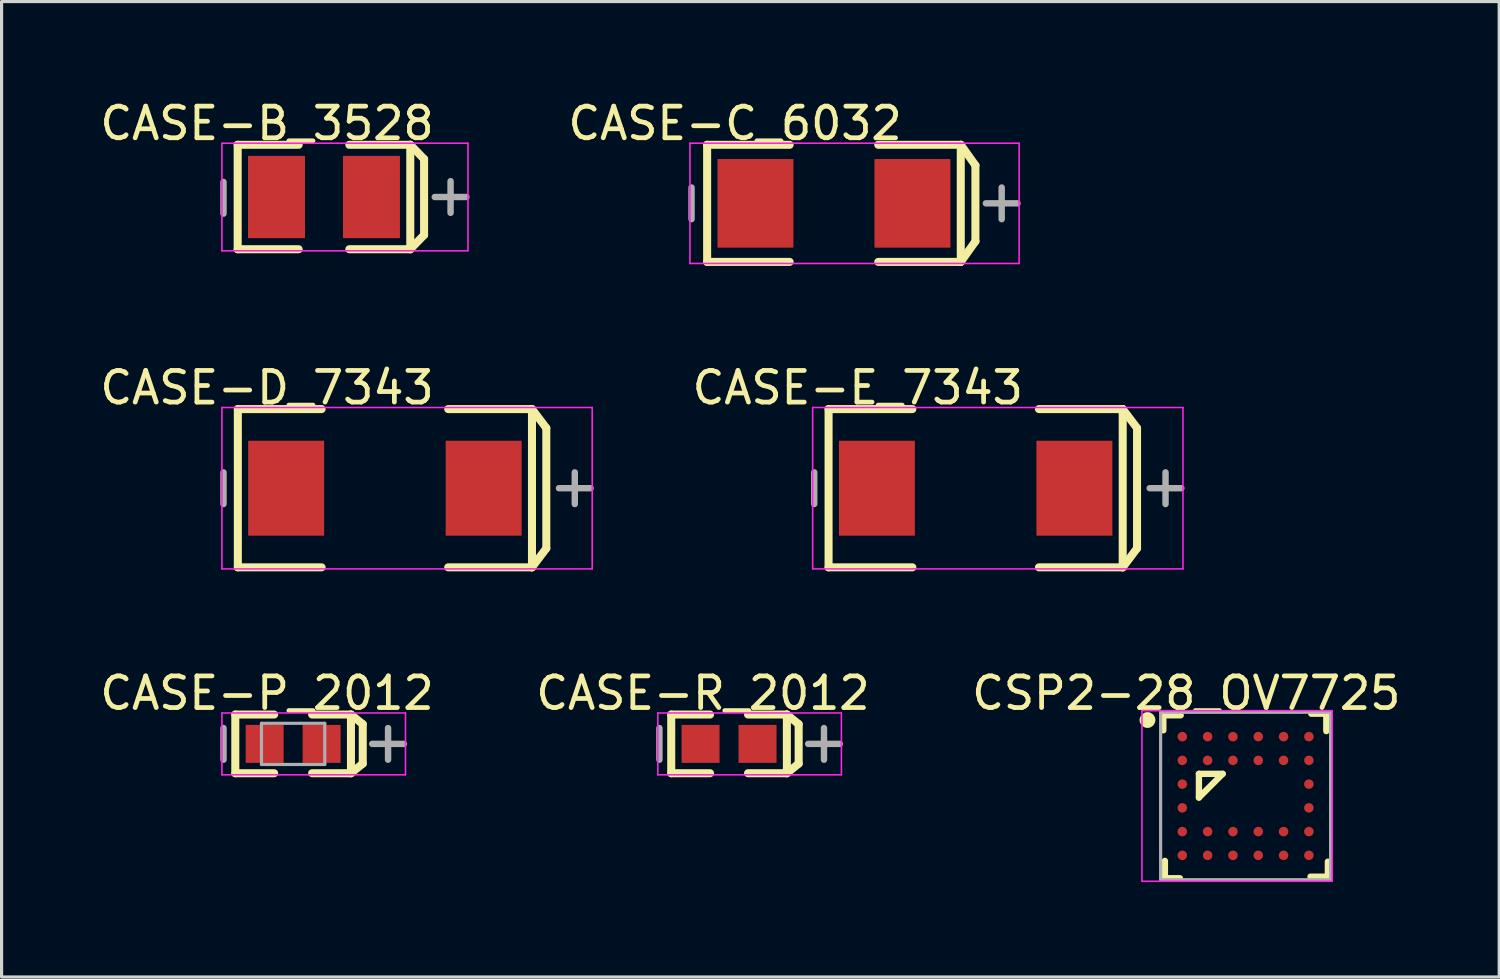
<source format=kicad_pcb>
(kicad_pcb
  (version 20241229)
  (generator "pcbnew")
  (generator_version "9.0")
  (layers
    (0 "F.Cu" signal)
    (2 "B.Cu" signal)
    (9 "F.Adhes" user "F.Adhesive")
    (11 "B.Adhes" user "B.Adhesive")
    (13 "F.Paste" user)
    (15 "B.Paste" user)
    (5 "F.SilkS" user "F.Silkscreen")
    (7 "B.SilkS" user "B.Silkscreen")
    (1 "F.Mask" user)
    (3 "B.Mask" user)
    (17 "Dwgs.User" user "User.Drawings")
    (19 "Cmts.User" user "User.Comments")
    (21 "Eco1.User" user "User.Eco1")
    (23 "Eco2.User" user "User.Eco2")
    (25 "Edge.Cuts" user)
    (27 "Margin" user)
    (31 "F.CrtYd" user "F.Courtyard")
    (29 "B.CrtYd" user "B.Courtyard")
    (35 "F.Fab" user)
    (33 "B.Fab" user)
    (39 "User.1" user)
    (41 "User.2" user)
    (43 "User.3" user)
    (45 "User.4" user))
  (footprint "CASE-R_2012"
    (layer "F.Cu")
    (at 19.986 20.455)
    (property "Reference" "CASE-R_2012" (at -0.825 -1.603 0) (layer "F.SilkS") (effects (font (size 1 1) (thickness 0.15))))
    (attr through_hole)
    (fp_line (start -1.827 -0.927) (end -0.6 -0.927) (stroke (width 0.254) (type solid)) (layer "F.SilkS"))
    (fp_line (start -1.827 0.927) (end -1.827 -0.927) (stroke (width 0.254) (type solid)) (layer "F.SilkS"))
    (fp_line (start -1.827 0.927) (end -0.6 0.927) (stroke (width 0.254) (type solid)) (layer "F.SilkS"))
    (fp_line (start 0.6 -0.927) (end 1.827 -0.927) (stroke (width 0.254) (type solid)) (layer "F.SilkS"))
    (fp_line (start 0.6 0.927) (end 1.827 0.927) (stroke (width 0.254) (type solid)) (layer "F.SilkS"))
    (fp_line (start 1.827 -0.927) (end 2.2 -0.623) (stroke (width 0.254) (type solid)) (layer "F.SilkS"))
    (fp_line (start 1.827 0.927) (end 1.827 -0.927) (stroke (width 0.254) (type solid)) (layer "F.SilkS"))
    (fp_line (start 1.827 0.927) (end 2.2 0.623) (stroke (width 0.254) (type solid)) (layer "F.SilkS"))
    (fp_line (start 2.2 0.623) (end 2.2 -0.623) (stroke (width 0.254) (type solid)) (layer "F.SilkS"))
    (fp_line (start -2.25 -0.977) (end 3.55 -0.977) (stroke (width 0.05) (type solid)) (layer "F.CrtYd"))
    (fp_line (start -2.25 0.977) (end -2.25 -0.977) (stroke (width 0.05) (type solid)) (layer "F.CrtYd"))
    (fp_line (start 3.55 -0.977) (end 3.55 0.977) (stroke (width 0.05) (type solid)) (layer "F.CrtYd"))
    (fp_line (start 3.55 0.977) (end -2.25 0.977) (stroke (width 0.05) (type solid)) (layer "F.CrtYd"))
    (fp_line (start -2.2 0.5) (end -2.2 -0.5) (stroke (width 0.203) (type solid)) (layer "F.Fab"))
    (fp_line (start 2.5 0) (end 3.5 0) (stroke (width 0.203) (type solid)) (layer "F.Fab"))
    (fp_line (start 3 0.5) (end 3 -0.5) (stroke (width 0.203) (type solid)) (layer "F.Fab"))
    (pad "1" smd rect (at 0.9 0 180) (size 1.2 1.2) (layers "F.Cu" "F.Mask" "F.Paste"))
    (pad "2" smd rect (at -0.9 0 180) (size 1.2 1.2) (layers "F.Cu" "F.Mask" "F.Paste")))
  (footprint "CSP2-28_OV7725"
    (layer "F.Cu")
    (at 36.308 22.101)
    (property "Reference" "CSP2-28_OV7725" (at -1.874 -3.249 0) (layer "F.SilkS") (effects (font (size 1 1) (thickness 0.15))))
    (attr through_hole)
    (fp_line (start -2.6 -2.55) (end -2.05 -2.55) (stroke (width 0.2) (type solid)) (layer "F.SilkS"))
    (fp_line (start -2.6 -2.075) (end -2.6 -2.55) (stroke (width 0.2) (type solid)) (layer "F.SilkS"))
    (fp_line (start -2.55 2.6) (end -2.55 2.05) (stroke (width 0.2) (type solid)) (layer "F.SilkS"))
    (fp_line (start -2.55 2.6) (end -2.075 2.6) (stroke (width 0.2) (type solid)) (layer "F.SilkS"))
    (fp_line (start -1.475 -0.7) (end -0.725 -0.7) (stroke (width 0.2) (type solid)) (layer "F.SilkS"))
    (fp_line (start -1.475 0.05) (end -1.475 -0.7) (stroke (width 0.2) (type solid)) (layer "F.SilkS"))
    (fp_line (start -1.475 0.05) (end -0.725 -0.7) (stroke (width 0.2) (type solid)) (layer "F.SilkS"))
    (fp_line (start 2.05 2.55) (end 2.6 2.55) (stroke (width 0.2) (type solid)) (layer "F.SilkS"))
    (fp_line (start 2.075 -2.6) (end 2.55 -2.6) (stroke (width 0.2) (type solid)) (layer "F.SilkS"))
    (fp_line (start 2.55 -2.05) (end 2.55 -2.6) (stroke (width 0.2) (type solid)) (layer "F.SilkS"))
    (fp_line (start 2.6 2.55) (end 2.6 2.075) (stroke (width 0.2) (type solid)) (layer "F.SilkS"))
    (fp_circle (center -3.1 -2.4) (end -2.975 -2.4) (stroke (width 0.25) (type solid)) (fill no) (layer "F.SilkS"))
    (fp_line (start -3.275 -2.695) (end 2.735 -2.695) (stroke (width 0.05) (type solid)) (layer "F.CrtYd"))
    (fp_line (start -3.275 2.695) (end -3.275 -2.695) (stroke (width 0.05) (type solid)) (layer "F.CrtYd"))
    (fp_line (start 2.735 -2.695) (end 2.735 2.695) (stroke (width 0.05) (type solid)) (layer "F.CrtYd"))
    (fp_line (start 2.735 2.695) (end -3.275 2.695) (stroke (width 0.05) (type solid)) (layer "F.CrtYd"))
    (fp_line (start -2.685 -2.645) (end 2.685 -2.645) (stroke (width 0.1) (type solid)) (layer "F.Fab"))
    (fp_line (start -2.685 2.645) (end -2.685 -2.645) (stroke (width 0.1) (type solid)) (layer "F.Fab"))
    (fp_line (start -2.685 2.645) (end 2.685 2.645) (stroke (width 0.1) (type solid)) (layer "F.Fab"))
    (fp_line (start 2.685 2.645) (end 2.685 -2.645) (stroke (width 0.1) (type solid)) (layer "F.Fab"))
    (pad "A1" smd oval (at -2 -1.875 90) (size 0.3 0.3) (layers "F.Cu" "F.Mask" "F.Paste"))
    (pad "A2" smd oval (at -1.2 -1.875 90) (size 0.3 0.3) (layers "F.Cu" "F.Mask" "F.Paste"))
    (pad "A3" smd oval (at -0.4 -1.875 90) (size 0.3 0.3) (layers "F.Cu" "F.Mask" "F.Paste"))
    (pad "A4" smd oval (at 0.4 -1.875 90) (size 0.3 0.3) (layers "F.Cu" "F.Mask" "F.Paste"))
    (pad "A5" smd oval (at 1.2 -1.875 90) (size 0.3 0.3) (layers "F.Cu" "F.Mask" "F.Paste"))
    (pad "A6" smd oval (at 2 -1.875 90) (size 0.3 0.3) (layers "F.Cu" "F.Mask" "F.Paste"))
    (pad "B1" smd oval (at -2 -1.125 90) (size 0.3 0.3) (layers "F.Cu" "F.Mask" "F.Paste"))
    (pad "B2" smd oval (at -1.2 -1.125 90) (size 0.3 0.3) (layers "F.Cu" "F.Mask" "F.Paste"))
    (pad "B3" smd oval (at -0.4 -1.125 90) (size 0.3 0.3) (layers "F.Cu" "F.Mask" "F.Paste"))
    (pad "B4" smd oval (at 0.4 -1.125 90) (size 0.3 0.3) (layers "F.Cu" "F.Mask" "F.Paste"))
    (pad "B5" smd oval (at 1.2 -1.125 90) (size 0.3 0.3) (layers "F.Cu" "F.Mask" "F.Paste"))
    (pad "B6" smd oval (at 2 -1.125 90) (size 0.3 0.3) (layers "F.Cu" "F.Mask" "F.Paste"))
    (pad "C1" smd oval (at -2 -0.375 90) (size 0.3 0.3) (layers "F.Cu" "F.Mask" "F.Paste"))
    (pad "C6" smd oval (at 2 -0.375 90) (size 0.3 0.3) (layers "F.Cu" "F.Mask" "F.Paste"))
    (pad "D1" smd oval (at -2 0.375 90) (size 0.3 0.3) (layers "F.Cu" "F.Mask" "F.Paste"))
    (pad "D6" smd oval (at 2 0.375 90) (size 0.3 0.3) (layers "F.Cu" "F.Mask" "F.Paste"))
    (pad "E1" smd oval (at -2 1.125 90) (size 0.3 0.3) (layers "F.Cu" "F.Mask" "F.Paste"))
    (pad "E2" smd oval (at -1.2 1.125 90) (size 0.3 0.3) (layers "F.Cu" "F.Mask" "F.Paste"))
    (pad "E3" smd oval (at -0.4 1.125 90) (size 0.3 0.3) (layers "F.Cu" "F.Mask" "F.Paste"))
    (pad "E4" smd oval (at 0.4 1.125 90) (size 0.3 0.3) (layers "F.Cu" "F.Mask" "F.Paste"))
    (pad "E5" smd oval (at 1.2 1.125 90) (size 0.3 0.3) (layers "F.Cu" "F.Mask" "F.Paste"))
    (pad "E6" smd oval (at 2 1.125 90) (size 0.3 0.3) (layers "F.Cu" "F.Mask" "F.Paste"))
    (pad "F1" smd oval (at -2 1.875 90) (size 0.3 0.3) (layers "F.Cu" "F.Mask" "F.Paste"))
    (pad "F2" smd oval (at -1.2 1.875 90) (size 0.3 0.3) (layers "F.Cu" "F.Mask" "F.Paste"))
    (pad "F3" smd oval (at -0.4 1.875 90) (size 0.3 0.3) (layers "F.Cu" "F.Mask" "F.Paste"))
    (pad "F4" smd oval (at 0.4 1.875 90) (size 0.3 0.3) (layers "F.Cu" "F.Mask" "F.Paste"))
    (pad "F5" smd oval (at 1.2 1.875 90) (size 0.3 0.3) (layers "F.Cu" "F.Mask" "F.Paste"))
    (pad "F6" smd oval (at 2 1.875 90) (size 0.3 0.3) (layers "F.Cu" "F.Mask" "F.Paste")))
  (footprint "CASE-B_3528"
    (layer "F.Cu")
    (at 7.187 3.175)
    (property "Reference" "CASE-B_3528" (at -1.8 -2.326 0) (layer "F.SilkS") (effects (font (size 1 1) (thickness 0.15))))
    (attr through_hole)
    (fp_line (start -2.727 -1.65) (end -0.8 -1.65) (stroke (width 0.254) (type solid)) (layer "F.SilkS"))
    (fp_line (start -2.727 1.65) (end -2.727 -1.65) (stroke (width 0.254) (type solid)) (layer "F.SilkS"))
    (fp_line (start -2.727 1.65) (end -0.8 1.65) (stroke (width 0.254) (type solid)) (layer "F.SilkS"))
    (fp_line (start 0.8 -1.65) (end 2.727 -1.65) (stroke (width 0.254) (type solid)) (layer "F.SilkS"))
    (fp_line (start 0.8 1.65) (end 2.727 1.65) (stroke (width 0.254) (type solid)) (layer "F.SilkS"))
    (fp_line (start 2.727 -1.65) (end 3.163 -1.2) (stroke (width 0.254) (type solid)) (layer "F.SilkS"))
    (fp_line (start 2.727 1.65) (end 2.727 -1.65) (stroke (width 0.254) (type solid)) (layer "F.SilkS"))
    (fp_line (start 2.727 1.65) (end 3.163 1.2) (stroke (width 0.254) (type solid)) (layer "F.SilkS"))
    (fp_line (start 3.163 1.2) (end 3.163 -1.2) (stroke (width 0.254) (type solid)) (layer "F.SilkS"))
    (fp_line (start -3.225 -1.7) (end 4.55 -1.7) (stroke (width 0.05) (type solid)) (layer "F.CrtYd"))
    (fp_line (start -3.225 1.7) (end -3.225 -1.7) (stroke (width 0.05) (type solid)) (layer "F.CrtYd"))
    (fp_line (start 4.55 -1.7) (end 4.55 1.7) (stroke (width 0.05) (type solid)) (layer "F.CrtYd"))
    (fp_line (start 4.55 1.7) (end -3.225 1.7) (stroke (width 0.05) (type solid)) (layer "F.CrtYd"))
    (fp_line (start -3.175 0.525) (end -3.175 -0.475) (stroke (width 0.203) (type solid)) (layer "F.Fab"))
    (fp_line (start 3.5 0) (end 4.5 0) (stroke (width 0.203) (type solid)) (layer "F.Fab"))
    (fp_line (start 4 0.5) (end 4 -0.5) (stroke (width 0.203) (type solid)) (layer "F.Fab"))
    (pad "1" smd rect (at 1.5 0 180) (size 1.8 2.6) (layers "F.Cu" "F.Mask" "F.Paste"))
    (pad "2" smd rect (at -1.5 0 180) (size 1.8 2.6) (layers "F.Cu" "F.Mask" "F.Paste")))
  (footprint "CASE-E_7343"
    (layer "F.Cu")
    (at 27.778 12.376)
    (property "Reference" "CASE-E_7343" (at -3.725 -3.176 0) (layer "F.SilkS") (effects (font (size 1 1) (thickness 0.15))))
    (attr through_hole)
    (fp_line (start -4.647 -2.5) (end -2 -2.5) (stroke (width 0.254) (type solid)) (layer "F.SilkS"))
    (fp_line (start -4.647 2.5) (end -4.647 -2.5) (stroke (width 0.254) (type solid)) (layer "F.SilkS"))
    (fp_line (start -4.647 2.5) (end -2 2.5) (stroke (width 0.254) (type solid)) (layer "F.SilkS"))
    (fp_line (start 2 -2.5) (end 4.647 -2.5) (stroke (width 0.254) (type solid)) (layer "F.SilkS"))
    (fp_line (start 2 2.5) (end 4.647 2.5) (stroke (width 0.254) (type solid)) (layer "F.SilkS"))
    (fp_line (start 4.647 -2.5) (end 5.1 -1.9) (stroke (width 0.254) (type solid)) (layer "F.SilkS"))
    (fp_line (start 4.647 2.5) (end 4.647 -2.5) (stroke (width 0.254) (type solid)) (layer "F.SilkS"))
    (fp_line (start 4.647 2.5) (end 5.1 1.9) (stroke (width 0.254) (type solid)) (layer "F.SilkS"))
    (fp_line (start 5.1 1.9) (end 5.1 -1.9) (stroke (width 0.254) (type solid)) (layer "F.SilkS"))
    (fp_line (start -5.15 -2.55) (end 6.55 -2.55) (stroke (width 0.05) (type solid)) (layer "F.CrtYd"))
    (fp_line (start -5.15 2.55) (end -5.15 -2.55) (stroke (width 0.05) (type solid)) (layer "F.CrtYd"))
    (fp_line (start 6.55 -2.55) (end 6.55 2.55) (stroke (width 0.05) (type solid)) (layer "F.CrtYd"))
    (fp_line (start 6.55 2.55) (end -5.15 2.55) (stroke (width 0.05) (type solid)) (layer "F.CrtYd"))
    (fp_line (start -5.1 0.5) (end -5.1 -0.5) (stroke (width 0.203) (type solid)) (layer "F.Fab"))
    (fp_line (start 5.5 0) (end 6.5 0) (stroke (width 0.203) (type solid)) (layer "F.Fab"))
    (fp_line (start 6 0.5) (end 6 -0.5) (stroke (width 0.203) (type solid)) (layer "F.Fab"))
    (pad "1" smd rect (at 3.12 0 180) (size 2.4 3) (layers "F.Cu" "F.Mask" "F.Paste"))
    (pad "2" smd rect (at -3.12 0 180) (size 2.4 3) (layers "F.Cu" "F.Mask" "F.Paste")))
  (footprint "CASE-C_6032"
    (layer "F.Cu")
    (at 23.301 3.375)
    (property "Reference" "CASE-C_6032" (at -3.125 -2.526 0) (layer "F.SilkS") (effects (font (size 1 1) (thickness 0.15))))
    (attr through_hole)
    (fp_line (start -4.007 -1.85) (end -1.4 -1.85) (stroke (width 0.254) (type solid)) (layer "F.SilkS"))
    (fp_line (start -4.007 1.85) (end -4.007 -1.85) (stroke (width 0.254) (type solid)) (layer "F.SilkS"))
    (fp_line (start -4.007 1.85) (end -1.4 1.85) (stroke (width 0.254) (type solid)) (layer "F.SilkS"))
    (fp_line (start 1.4 -1.85) (end 4.007 -1.85) (stroke (width 0.254) (type solid)) (layer "F.SilkS"))
    (fp_line (start 1.4 1.85) (end 4.007 1.85) (stroke (width 0.254) (type solid)) (layer "F.SilkS"))
    (fp_line (start 4.007 -1.85) (end 4.47 -1.2) (stroke (width 0.254) (type solid)) (layer "F.SilkS"))
    (fp_line (start 4.007 1.85) (end 4.007 -1.85) (stroke (width 0.254) (type solid)) (layer "F.SilkS"))
    (fp_line (start 4.007 1.85) (end 4.47 1.2) (stroke (width 0.254) (type solid)) (layer "F.SilkS"))
    (fp_line (start 4.47 1.2) (end 4.47 -1.2) (stroke (width 0.254) (type solid)) (layer "F.SilkS"))
    (fp_line (start -4.55 -1.9) (end 5.85 -1.9) (stroke (width 0.05) (type solid)) (layer "F.CrtYd"))
    (fp_line (start -4.55 1.9) (end -4.55 -1.9) (stroke (width 0.05) (type solid)) (layer "F.CrtYd"))
    (fp_line (start 5.85 -1.9) (end 5.85 1.9) (stroke (width 0.05) (type solid)) (layer "F.CrtYd"))
    (fp_line (start 5.85 1.9) (end -4.55 1.9) (stroke (width 0.05) (type solid)) (layer "F.CrtYd"))
    (fp_line (start -4.5 0.5) (end -4.5 -0.5) (stroke (width 0.203) (type solid)) (layer "F.Fab"))
    (fp_line (start 4.8 0) (end 5.8 0) (stroke (width 0.203) (type solid)) (layer "F.Fab"))
    (fp_line (start 5.3 0.5) (end 5.3 -0.5) (stroke (width 0.203) (type solid)) (layer "F.Fab"))
    (pad "1" smd rect (at 2.48 0 180) (size 2.4 2.8) (layers "F.Cu" "F.Mask" "F.Paste"))
    (pad "2" smd rect (at -2.48 0 180) (size 2.4 2.8) (layers "F.Cu" "F.Mask" "F.Paste")))
  (footprint "CASE-D_7343"
    (layer "F.Cu")
    (at 9.112 12.376)
    (property "Reference" "CASE-D_7343" (at -3.725 -3.176 0) (layer "F.SilkS") (effects (font (size 1 1) (thickness 0.15))))
    (attr through_hole)
    (fp_line (start -4.647 -2.5) (end -2 -2.5) (stroke (width 0.254) (type solid)) (layer "F.SilkS"))
    (fp_line (start -4.647 2.5) (end -4.647 -2.5) (stroke (width 0.254) (type solid)) (layer "F.SilkS"))
    (fp_line (start -4.647 2.5) (end -2 2.5) (stroke (width 0.254) (type solid)) (layer "F.SilkS"))
    (fp_line (start 2 -2.5) (end 4.647 -2.5) (stroke (width 0.254) (type solid)) (layer "F.SilkS"))
    (fp_line (start 2 2.5) (end 4.647 2.5) (stroke (width 0.254) (type solid)) (layer "F.SilkS"))
    (fp_line (start 4.647 -2.5) (end 5.1 -1.9) (stroke (width 0.254) (type solid)) (layer "F.SilkS"))
    (fp_line (start 4.647 2.5) (end 4.647 -2.5) (stroke (width 0.254) (type solid)) (layer "F.SilkS"))
    (fp_line (start 4.647 2.5) (end 5.1 1.9) (stroke (width 0.254) (type solid)) (layer "F.SilkS"))
    (fp_line (start 5.1 1.9) (end 5.1 -1.9) (stroke (width 0.254) (type solid)) (layer "F.SilkS"))
    (fp_line (start -5.15 -2.55) (end 6.55 -2.55) (stroke (width 0.05) (type solid)) (layer "F.CrtYd"))
    (fp_line (start -5.15 2.55) (end -5.15 -2.55) (stroke (width 0.05) (type solid)) (layer "F.CrtYd"))
    (fp_line (start 6.55 -2.55) (end 6.55 2.55) (stroke (width 0.05) (type solid)) (layer "F.CrtYd"))
    (fp_line (start 6.55 2.55) (end -5.15 2.55) (stroke (width 0.05) (type solid)) (layer "F.CrtYd"))
    (fp_line (start -5.1 0.5) (end -5.1 -0.5) (stroke (width 0.203) (type solid)) (layer "F.Fab"))
    (fp_line (start 5.5 0) (end 6.5 0) (stroke (width 0.203) (type solid)) (layer "F.Fab"))
    (fp_line (start 6 0.5) (end 6 -0.5) (stroke (width 0.203) (type solid)) (layer "F.Fab"))
    (pad "1" smd rect (at 3.12 0 180) (size 2.4 3) (layers "F.Cu" "F.Mask" "F.Paste"))
    (pad "2" smd rect (at -3.12 0 180) (size 2.4 3) (layers "F.Cu" "F.Mask" "F.Paste")))
  (footprint "CASE-P_2012"
    (layer "F.Cu")
    (at 6.212 20.455)
    (property "Reference" "CASE-P_2012" (at -0.825 -1.603 0) (layer "F.SilkS") (effects (font (size 1 1) (thickness 0.15))))
    (attr through_hole)
    (fp_line (start -1.827 -0.927) (end -0.6 -0.927) (stroke (width 0.254) (type solid)) (layer "F.SilkS"))
    (fp_line (start -1.827 0.927) (end -1.827 -0.927) (stroke (width 0.254) (type solid)) (layer "F.SilkS"))
    (fp_line (start -1.827 0.927) (end -0.6 0.927) (stroke (width 0.254) (type solid)) (layer "F.SilkS"))
    (fp_line (start 0.6 -0.927) (end 1.827 -0.927) (stroke (width 0.254) (type solid)) (layer "F.SilkS"))
    (fp_line (start 0.6 0.927) (end 1.827 0.927) (stroke (width 0.254) (type solid)) (layer "F.SilkS"))
    (fp_line (start 1.827 -0.927) (end 2.2 -0.623) (stroke (width 0.254) (type solid)) (layer "F.SilkS"))
    (fp_line (start 1.827 0.927) (end 1.827 -0.927) (stroke (width 0.254) (type solid)) (layer "F.SilkS"))
    (fp_line (start 1.827 0.927) (end 2.2 0.623) (stroke (width 0.254) (type solid)) (layer "F.SilkS"))
    (fp_line (start 2.2 0.623) (end 2.2 -0.623) (stroke (width 0.254) (type solid)) (layer "F.SilkS"))
    (fp_line (start -2.25 -0.977) (end 3.55 -0.977) (stroke (width 0.05) (type solid)) (layer "F.CrtYd"))
    (fp_line (start -2.25 0.977) (end -2.25 -0.977) (stroke (width 0.05) (type solid)) (layer "F.CrtYd"))
    (fp_line (start 3.55 -0.977) (end 3.55 0.977) (stroke (width 0.05) (type solid)) (layer "F.CrtYd"))
    (fp_line (start 3.55 0.977) (end -2.25 0.977) (stroke (width 0.05) (type solid)) (layer "F.CrtYd"))
    (fp_line (start -2.2 0.5) (end -2.2 -0.5) (stroke (width 0.203) (type solid)) (layer "F.Fab"))
    (fp_line (start -1 -0.65) (end 1 -0.65) (stroke (width 0.1) (type solid)) (layer "F.Fab"))
    (fp_line (start -1 0.65) (end -1 -0.65) (stroke (width 0.1) (type solid)) (layer "F.Fab"))
    (fp_line (start -1 0.65) (end 1 0.65) (stroke (width 0.1) (type solid)) (layer "F.Fab"))
    (fp_line (start 1 0.65) (end 1 -0.65) (stroke (width 0.1) (type solid)) (layer "F.Fab"))
    (fp_line (start 2.5 0) (end 3.5 0) (stroke (width 0.203) (type solid)) (layer "F.Fab"))
    (fp_line (start 3 0.5) (end 3 -0.5) (stroke (width 0.203) (type solid)) (layer "F.Fab"))
    (pad "1" smd rect (at 0.9 0 180) (size 1.2 1.2) (layers "F.Cu" "F.Mask" "F.Paste"))
    (pad "2" smd rect (at -0.9 0 180) (size 1.2 1.2) (layers "F.Cu" "F.Mask" "F.Paste")))
  (gr_rect
    (start -3 -3)
    (end 44.321 27.821)
    (stroke (width 0.1) (type default))
    (fill no)
    (layer "Edge.Cuts")))
</source>
